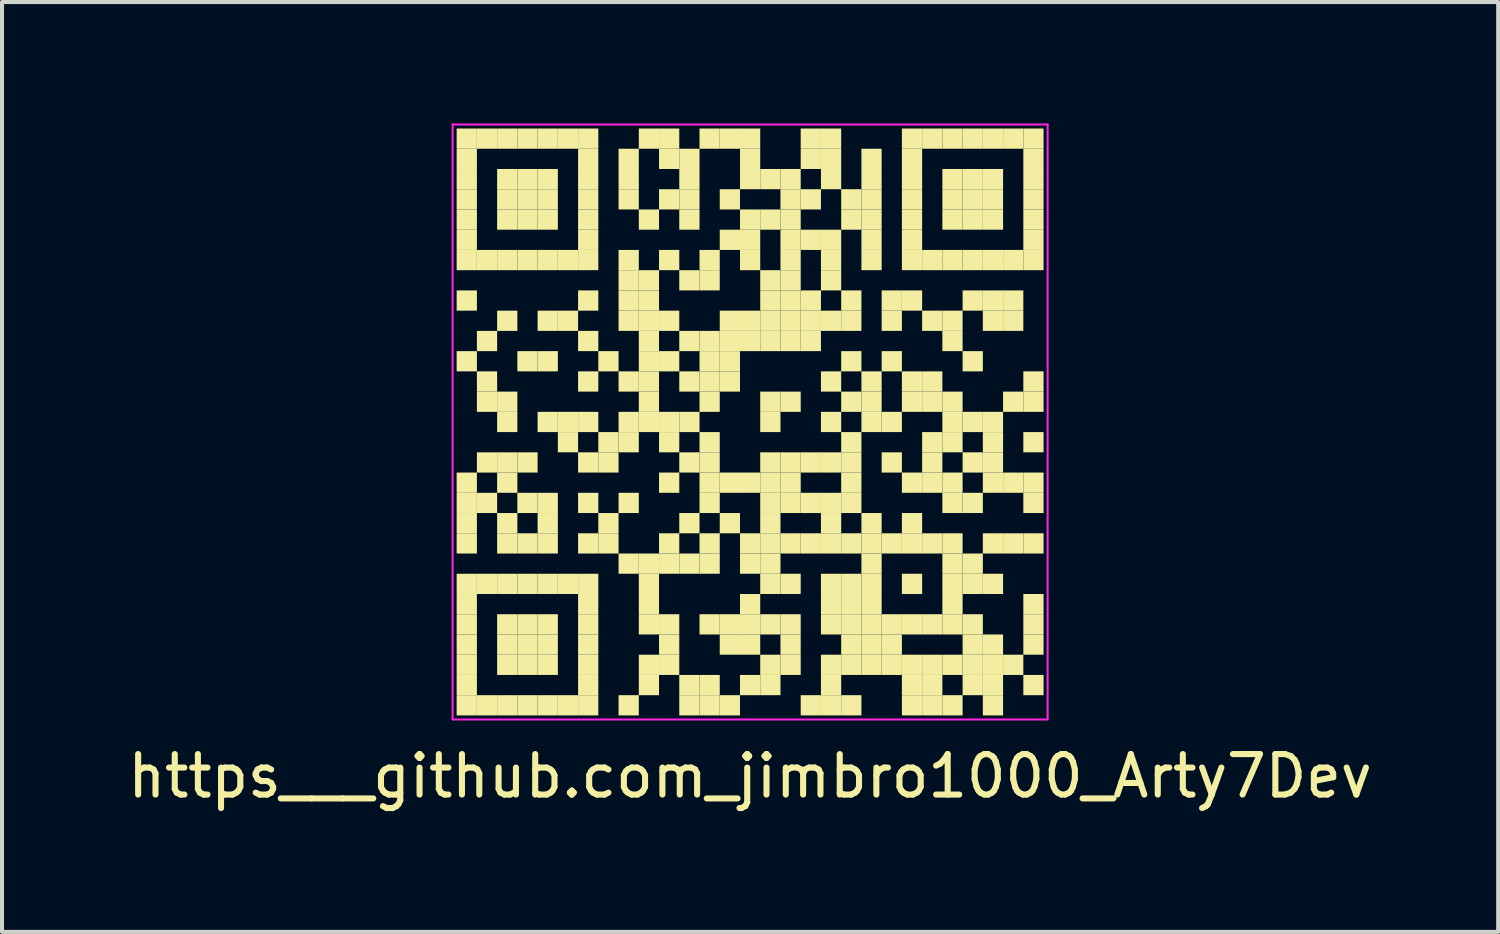
<source format=kicad_pcb>
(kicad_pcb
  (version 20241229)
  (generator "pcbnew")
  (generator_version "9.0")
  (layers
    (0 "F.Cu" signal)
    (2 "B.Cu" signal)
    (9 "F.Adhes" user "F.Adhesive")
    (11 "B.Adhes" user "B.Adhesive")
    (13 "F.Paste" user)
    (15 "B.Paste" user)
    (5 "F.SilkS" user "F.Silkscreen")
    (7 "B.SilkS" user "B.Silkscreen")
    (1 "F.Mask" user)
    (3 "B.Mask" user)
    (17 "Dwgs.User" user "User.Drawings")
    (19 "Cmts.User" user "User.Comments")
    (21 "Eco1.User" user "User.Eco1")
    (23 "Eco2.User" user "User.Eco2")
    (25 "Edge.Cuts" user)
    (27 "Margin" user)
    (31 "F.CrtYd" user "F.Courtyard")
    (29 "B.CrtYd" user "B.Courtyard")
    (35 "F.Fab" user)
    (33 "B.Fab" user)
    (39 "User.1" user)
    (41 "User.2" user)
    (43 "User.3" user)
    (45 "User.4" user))
  (footprint "https___github.com_jimbro1000_Arty7Dev"
    (layer "F.Cu")
    (at 15.482 7.375)
    (property "Reference" "https___github.com_jimbro1000_Arty7Dev" (at 0 8.75 0) (layer "F.SilkS") (effects (font (size 1 1) (thickness 0.15))))
    (fp_rect (start -7.25 -7.25) (end -6.75 -6.75) (stroke (width 0) (type default)) (fill yes) (layer "F.SilkS"))
    (fp_rect (start -7.25 -6.75) (end -6.75 -6.25) (stroke (width 0) (type default)) (fill yes) (layer "F.SilkS"))
    (fp_rect (start -7.25 -6.25) (end -6.75 -5.75) (stroke (width 0) (type default)) (fill yes) (layer "F.SilkS"))
    (fp_rect (start -7.25 -5.75) (end -6.75 -5.25) (stroke (width 0) (type default)) (fill yes) (layer "F.SilkS"))
    (fp_rect (start -7.25 -5.25) (end -6.75 -4.75) (stroke (width 0) (type default)) (fill yes) (layer "F.SilkS"))
    (fp_rect (start -7.25 -4.75) (end -6.75 -4.25) (stroke (width 0) (type default)) (fill yes) (layer "F.SilkS"))
    (fp_rect (start -7.25 -4.25) (end -6.75 -3.75) (stroke (width 0) (type default)) (fill yes) (layer "F.SilkS"))
    (fp_rect (start -7.25 -3.25) (end -6.75 -2.75) (stroke (width 0) (type default)) (fill yes) (layer "F.SilkS"))
    (fp_rect (start -7.25 -1.75) (end -6.75 -1.25) (stroke (width 0) (type default)) (fill yes) (layer "F.SilkS"))
    (fp_rect (start -7.25 1.25) (end -6.75 1.75) (stroke (width 0) (type default)) (fill yes) (layer "F.SilkS"))
    (fp_rect (start -7.25 1.75) (end -6.75 2.25) (stroke (width 0) (type default)) (fill yes) (layer "F.SilkS"))
    (fp_rect (start -7.25 2.25) (end -6.75 2.75) (stroke (width 0) (type default)) (fill yes) (layer "F.SilkS"))
    (fp_rect (start -7.25 2.75) (end -6.75 3.25) (stroke (width 0) (type default)) (fill yes) (layer "F.SilkS"))
    (fp_rect (start -7.25 3.75) (end -6.75 4.25) (stroke (width 0) (type default)) (fill yes) (layer "F.SilkS"))
    (fp_rect (start -7.25 4.25) (end -6.75 4.75) (stroke (width 0) (type default)) (fill yes) (layer "F.SilkS"))
    (fp_rect (start -7.25 4.75) (end -6.75 5.25) (stroke (width 0) (type default)) (fill yes) (layer "F.SilkS"))
    (fp_rect (start -7.25 5.25) (end -6.75 5.75) (stroke (width 0) (type default)) (fill yes) (layer "F.SilkS"))
    (fp_rect (start -7.25 5.75) (end -6.75 6.25) (stroke (width 0) (type default)) (fill yes) (layer "F.SilkS"))
    (fp_rect (start -7.25 6.25) (end -6.75 6.75) (stroke (width 0) (type default)) (fill yes) (layer "F.SilkS"))
    (fp_rect (start -7.25 6.75) (end -6.75 7.25) (stroke (width 0) (type default)) (fill yes) (layer "F.SilkS"))
    (fp_rect (start -6.75 -7.25) (end -6.25 -6.75) (stroke (width 0) (type default)) (fill yes) (layer "F.SilkS"))
    (fp_rect (start -6.75 -4.25) (end -6.25 -3.75) (stroke (width 0) (type default)) (fill yes) (layer "F.SilkS"))
    (fp_rect (start -6.75 -2.25) (end -6.25 -1.75) (stroke (width 0) (type default)) (fill yes) (layer "F.SilkS"))
    (fp_rect (start -6.75 -1.25) (end -6.25 -0.75) (stroke (width 0) (type default)) (fill yes) (layer "F.SilkS"))
    (fp_rect (start -6.75 -0.75) (end -6.25 -0.25) (stroke (width 0) (type default)) (fill yes) (layer "F.SilkS"))
    (fp_rect (start -6.75 0.75) (end -6.25 1.25) (stroke (width 0) (type default)) (fill yes) (layer "F.SilkS"))
    (fp_rect (start -6.75 1.75) (end -6.25 2.25) (stroke (width 0) (type default)) (fill yes) (layer "F.SilkS"))
    (fp_rect (start -6.75 3.75) (end -6.25 4.25) (stroke (width 0) (type default)) (fill yes) (layer "F.SilkS"))
    (fp_rect (start -6.75 6.75) (end -6.25 7.25) (stroke (width 0) (type default)) (fill yes) (layer "F.SilkS"))
    (fp_rect (start -6.25 -7.25) (end -5.75 -6.75) (stroke (width 0) (type default)) (fill yes) (layer "F.SilkS"))
    (fp_rect (start -6.25 -6.25) (end -5.75 -5.75) (stroke (width 0) (type default)) (fill yes) (layer "F.SilkS"))
    (fp_rect (start -6.25 -5.75) (end -5.75 -5.25) (stroke (width 0) (type default)) (fill yes) (layer "F.SilkS"))
    (fp_rect (start -6.25 -5.25) (end -5.75 -4.75) (stroke (width 0) (type default)) (fill yes) (layer "F.SilkS"))
    (fp_rect (start -6.25 -4.25) (end -5.75 -3.75) (stroke (width 0) (type default)) (fill yes) (layer "F.SilkS"))
    (fp_rect (start -6.25 -2.75) (end -5.75 -2.25) (stroke (width 0) (type default)) (fill yes) (layer "F.SilkS"))
    (fp_rect (start -6.25 -0.75) (end -5.75 -0.25) (stroke (width 0) (type default)) (fill yes) (layer "F.SilkS"))
    (fp_rect (start -6.25 -0.25) (end -5.75 0.25) (stroke (width 0) (type default)) (fill yes) (layer "F.SilkS"))
    (fp_rect (start -6.25 0.75) (end -5.75 1.25) (stroke (width 0) (type default)) (fill yes) (layer "F.SilkS"))
    (fp_rect (start -6.25 1.25) (end -5.75 1.75) (stroke (width 0) (type default)) (fill yes) (layer "F.SilkS"))
    (fp_rect (start -6.25 2.25) (end -5.75 2.75) (stroke (width 0) (type default)) (fill yes) (layer "F.SilkS"))
    (fp_rect (start -6.25 2.75) (end -5.75 3.25) (stroke (width 0) (type default)) (fill yes) (layer "F.SilkS"))
    (fp_rect (start -6.25 3.75) (end -5.75 4.25) (stroke (width 0) (type default)) (fill yes) (layer "F.SilkS"))
    (fp_rect (start -6.25 4.75) (end -5.75 5.25) (stroke (width 0) (type default)) (fill yes) (layer "F.SilkS"))
    (fp_rect (start -6.25 5.25) (end -5.75 5.75) (stroke (width 0) (type default)) (fill yes) (layer "F.SilkS"))
    (fp_rect (start -6.25 5.75) (end -5.75 6.25) (stroke (width 0) (type default)) (fill yes) (layer "F.SilkS"))
    (fp_rect (start -6.25 6.75) (end -5.75 7.25) (stroke (width 0) (type default)) (fill yes) (layer "F.SilkS"))
    (fp_rect (start -5.75 -7.25) (end -5.25 -6.75) (stroke (width 0) (type default)) (fill yes) (layer "F.SilkS"))
    (fp_rect (start -5.75 -6.25) (end -5.25 -5.75) (stroke (width 0) (type default)) (fill yes) (layer "F.SilkS"))
    (fp_rect (start -5.75 -5.75) (end -5.25 -5.25) (stroke (width 0) (type default)) (fill yes) (layer "F.SilkS"))
    (fp_rect (start -5.75 -5.25) (end -5.25 -4.75) (stroke (width 0) (type default)) (fill yes) (layer "F.SilkS"))
    (fp_rect (start -5.75 -4.25) (end -5.25 -3.75) (stroke (width 0) (type default)) (fill yes) (layer "F.SilkS"))
    (fp_rect (start -5.75 -1.75) (end -5.25 -1.25) (stroke (width 0) (type default)) (fill yes) (layer "F.SilkS"))
    (fp_rect (start -5.75 0.75) (end -5.25 1.25) (stroke (width 0) (type default)) (fill yes) (layer "F.SilkS"))
    (fp_rect (start -5.75 1.75) (end -5.25 2.25) (stroke (width 0) (type default)) (fill yes) (layer "F.SilkS"))
    (fp_rect (start -5.75 2.75) (end -5.25 3.25) (stroke (width 0) (type default)) (fill yes) (layer "F.SilkS"))
    (fp_rect (start -5.75 3.75) (end -5.25 4.25) (stroke (width 0) (type default)) (fill yes) (layer "F.SilkS"))
    (fp_rect (start -5.75 4.75) (end -5.25 5.25) (stroke (width 0) (type default)) (fill yes) (layer "F.SilkS"))
    (fp_rect (start -5.75 5.25) (end -5.25 5.75) (stroke (width 0) (type default)) (fill yes) (layer "F.SilkS"))
    (fp_rect (start -5.75 5.75) (end -5.25 6.25) (stroke (width 0) (type default)) (fill yes) (layer "F.SilkS"))
    (fp_rect (start -5.75 6.75) (end -5.25 7.25) (stroke (width 0) (type default)) (fill yes) (layer "F.SilkS"))
    (fp_rect (start -5.25 -7.25) (end -4.75 -6.75) (stroke (width 0) (type default)) (fill yes) (layer "F.SilkS"))
    (fp_rect (start -5.25 -6.25) (end -4.75 -5.75) (stroke (width 0) (type default)) (fill yes) (layer "F.SilkS"))
    (fp_rect (start -5.25 -5.75) (end -4.75 -5.25) (stroke (width 0) (type default)) (fill yes) (layer "F.SilkS"))
    (fp_rect (start -5.25 -5.25) (end -4.75 -4.75) (stroke (width 0) (type default)) (fill yes) (layer "F.SilkS"))
    (fp_rect (start -5.25 -4.25) (end -4.75 -3.75) (stroke (width 0) (type default)) (fill yes) (layer "F.SilkS"))
    (fp_rect (start -5.25 -2.75) (end -4.75 -2.25) (stroke (width 0) (type default)) (fill yes) (layer "F.SilkS"))
    (fp_rect (start -5.25 -1.75) (end -4.75 -1.25) (stroke (width 0) (type default)) (fill yes) (layer "F.SilkS"))
    (fp_rect (start -5.25 -0.25) (end -4.75 0.25) (stroke (width 0) (type default)) (fill yes) (layer "F.SilkS"))
    (fp_rect (start -5.25 1.75) (end -4.75 2.25) (stroke (width 0) (type default)) (fill yes) (layer "F.SilkS"))
    (fp_rect (start -5.25 2.25) (end -4.75 2.75) (stroke (width 0) (type default)) (fill yes) (layer "F.SilkS"))
    (fp_rect (start -5.25 2.75) (end -4.75 3.25) (stroke (width 0) (type default)) (fill yes) (layer "F.SilkS"))
    (fp_rect (start -5.25 3.75) (end -4.75 4.25) (stroke (width 0) (type default)) (fill yes) (layer "F.SilkS"))
    (fp_rect (start -5.25 4.75) (end -4.75 5.25) (stroke (width 0) (type default)) (fill yes) (layer "F.SilkS"))
    (fp_rect (start -5.25 5.25) (end -4.75 5.75) (stroke (width 0) (type default)) (fill yes) (layer "F.SilkS"))
    (fp_rect (start -5.25 5.75) (end -4.75 6.25) (stroke (width 0) (type default)) (fill yes) (layer "F.SilkS"))
    (fp_rect (start -5.25 6.75) (end -4.75 7.25) (stroke (width 0) (type default)) (fill yes) (layer "F.SilkS"))
    (fp_rect (start -4.75 -7.25) (end -4.25 -6.75) (stroke (width 0) (type default)) (fill yes) (layer "F.SilkS"))
    (fp_rect (start -4.75 -4.25) (end -4.25 -3.75) (stroke (width 0) (type default)) (fill yes) (layer "F.SilkS"))
    (fp_rect (start -4.75 -2.75) (end -4.25 -2.25) (stroke (width 0) (type default)) (fill yes) (layer "F.SilkS"))
    (fp_rect (start -4.75 -0.25) (end -4.25 0.25) (stroke (width 0) (type default)) (fill yes) (layer "F.SilkS"))
    (fp_rect (start -4.75 0.25) (end -4.25 0.75) (stroke (width 0) (type default)) (fill yes) (layer "F.SilkS"))
    (fp_rect (start -4.75 3.75) (end -4.25 4.25) (stroke (width 0) (type default)) (fill yes) (layer "F.SilkS"))
    (fp_rect (start -4.75 6.75) (end -4.25 7.25) (stroke (width 0) (type default)) (fill yes) (layer "F.SilkS"))
    (fp_rect (start -4.25 -7.25) (end -3.75 -6.75) (stroke (width 0) (type default)) (fill yes) (layer "F.SilkS"))
    (fp_rect (start -4.25 -6.75) (end -3.75 -6.25) (stroke (width 0) (type default)) (fill yes) (layer "F.SilkS"))
    (fp_rect (start -4.25 -6.25) (end -3.75 -5.75) (stroke (width 0) (type default)) (fill yes) (layer "F.SilkS"))
    (fp_rect (start -4.25 -5.75) (end -3.75 -5.25) (stroke (width 0) (type default)) (fill yes) (layer "F.SilkS"))
    (fp_rect (start -4.25 -5.25) (end -3.75 -4.75) (stroke (width 0) (type default)) (fill yes) (layer "F.SilkS"))
    (fp_rect (start -4.25 -4.75) (end -3.75 -4.25) (stroke (width 0) (type default)) (fill yes) (layer "F.SilkS"))
    (fp_rect (start -4.25 -4.25) (end -3.75 -3.75) (stroke (width 0) (type default)) (fill yes) (layer "F.SilkS"))
    (fp_rect (start -4.25 -3.25) (end -3.75 -2.75) (stroke (width 0) (type default)) (fill yes) (layer "F.SilkS"))
    (fp_rect (start -4.25 -2.25) (end -3.75 -1.75) (stroke (width 0) (type default)) (fill yes) (layer "F.SilkS"))
    (fp_rect (start -4.25 -1.25) (end -3.75 -0.75) (stroke (width 0) (type default)) (fill yes) (layer "F.SilkS"))
    (fp_rect (start -4.25 -0.25) (end -3.75 0.25) (stroke (width 0) (type default)) (fill yes) (layer "F.SilkS"))
    (fp_rect (start -4.25 0.75) (end -3.75 1.25) (stroke (width 0) (type default)) (fill yes) (layer "F.SilkS"))
    (fp_rect (start -4.25 1.75) (end -3.75 2.25) (stroke (width 0) (type default)) (fill yes) (layer "F.SilkS"))
    (fp_rect (start -4.25 2.75) (end -3.75 3.25) (stroke (width 0) (type default)) (fill yes) (layer "F.SilkS"))
    (fp_rect (start -4.25 3.75) (end -3.75 4.25) (stroke (width 0) (type default)) (fill yes) (layer "F.SilkS"))
    (fp_rect (start -4.25 4.25) (end -3.75 4.75) (stroke (width 0) (type default)) (fill yes) (layer "F.SilkS"))
    (fp_rect (start -4.25 4.75) (end -3.75 5.25) (stroke (width 0) (type default)) (fill yes) (layer "F.SilkS"))
    (fp_rect (start -4.25 5.25) (end -3.75 5.75) (stroke (width 0) (type default)) (fill yes) (layer "F.SilkS"))
    (fp_rect (start -4.25 5.75) (end -3.75 6.25) (stroke (width 0) (type default)) (fill yes) (layer "F.SilkS"))
    (fp_rect (start -4.25 6.25) (end -3.75 6.75) (stroke (width 0) (type default)) (fill yes) (layer "F.SilkS"))
    (fp_rect (start -4.25 6.75) (end -3.75 7.25) (stroke (width 0) (type default)) (fill yes) (layer "F.SilkS"))
    (fp_rect (start -3.75 -1.75) (end -3.25 -1.25) (stroke (width 0) (type default)) (fill yes) (layer "F.SilkS"))
    (fp_rect (start -3.75 0.25) (end -3.25 0.75) (stroke (width 0) (type default)) (fill yes) (layer "F.SilkS"))
    (fp_rect (start -3.75 0.75) (end -3.25 1.25) (stroke (width 0) (type default)) (fill yes) (layer "F.SilkS"))
    (fp_rect (start -3.75 2.25) (end -3.25 2.75) (stroke (width 0) (type default)) (fill yes) (layer "F.SilkS"))
    (fp_rect (start -3.75 2.75) (end -3.25 3.25) (stroke (width 0) (type default)) (fill yes) (layer "F.SilkS"))
    (fp_rect (start -3.25 -6.75) (end -2.75 -6.25) (stroke (width 0) (type default)) (fill yes) (layer "F.SilkS"))
    (fp_rect (start -3.25 -6.25) (end -2.75 -5.75) (stroke (width 0) (type default)) (fill yes) (layer "F.SilkS"))
    (fp_rect (start -3.25 -5.75) (end -2.75 -5.25) (stroke (width 0) (type default)) (fill yes) (layer "F.SilkS"))
    (fp_rect (start -3.25 -4.25) (end -2.75 -3.75) (stroke (width 0) (type default)) (fill yes) (layer "F.SilkS"))
    (fp_rect (start -3.25 -3.75) (end -2.75 -3.25) (stroke (width 0) (type default)) (fill yes) (layer "F.SilkS"))
    (fp_rect (start -3.25 -3.25) (end -2.75 -2.75) (stroke (width 0) (type default)) (fill yes) (layer "F.SilkS"))
    (fp_rect (start -3.25 -2.75) (end -2.75 -2.25) (stroke (width 0) (type default)) (fill yes) (layer "F.SilkS"))
    (fp_rect (start -3.25 -1.25) (end -2.75 -0.75) (stroke (width 0) (type default)) (fill yes) (layer "F.SilkS"))
    (fp_rect (start -3.25 -0.25) (end -2.75 0.25) (stroke (width 0) (type default)) (fill yes) (layer "F.SilkS"))
    (fp_rect (start -3.25 0.25) (end -2.75 0.75) (stroke (width 0) (type default)) (fill yes) (layer "F.SilkS"))
    (fp_rect (start -3.25 1.75) (end -2.75 2.25) (stroke (width 0) (type default)) (fill yes) (layer "F.SilkS"))
    (fp_rect (start -3.25 3.25) (end -2.75 3.75) (stroke (width 0) (type default)) (fill yes) (layer "F.SilkS"))
    (fp_rect (start -3.25 6.75) (end -2.75 7.25) (stroke (width 0) (type default)) (fill yes) (layer "F.SilkS"))
    (fp_rect (start -2.75 -7.25) (end -2.25 -6.75) (stroke (width 0) (type default)) (fill yes) (layer "F.SilkS"))
    (fp_rect (start -2.75 -5.25) (end -2.25 -4.75) (stroke (width 0) (type default)) (fill yes) (layer "F.SilkS"))
    (fp_rect (start -2.75 -3.75) (end -2.25 -3.25) (stroke (width 0) (type default)) (fill yes) (layer "F.SilkS"))
    (fp_rect (start -2.75 -3.25) (end -2.25 -2.75) (stroke (width 0) (type default)) (fill yes) (layer "F.SilkS"))
    (fp_rect (start -2.75 -2.75) (end -2.25 -2.25) (stroke (width 0) (type default)) (fill yes) (layer "F.SilkS"))
    (fp_rect (start -2.75 -2.25) (end -2.25 -1.75) (stroke (width 0) (type default)) (fill yes) (layer "F.SilkS"))
    (fp_rect (start -2.75 -1.75) (end -2.25 -1.25) (stroke (width 0) (type default)) (fill yes) (layer "F.SilkS"))
    (fp_rect (start -2.75 -1.25) (end -2.25 -0.75) (stroke (width 0) (type default)) (fill yes) (layer "F.SilkS"))
    (fp_rect (start -2.75 -0.75) (end -2.25 -0.25) (stroke (width 0) (type default)) (fill yes) (layer "F.SilkS"))
    (fp_rect (start -2.75 -0.25) (end -2.25 0.25) (stroke (width 0) (type default)) (fill yes) (layer "F.SilkS"))
    (fp_rect (start -2.75 3.25) (end -2.25 3.75) (stroke (width 0) (type default)) (fill yes) (layer "F.SilkS"))
    (fp_rect (start -2.75 3.75) (end -2.25 4.25) (stroke (width 0) (type default)) (fill yes) (layer "F.SilkS"))
    (fp_rect (start -2.75 4.25) (end -2.25 4.75) (stroke (width 0) (type default)) (fill yes) (layer "F.SilkS"))
    (fp_rect (start -2.75 4.75) (end -2.25 5.25) (stroke (width 0) (type default)) (fill yes) (layer "F.SilkS"))
    (fp_rect (start -2.75 5.75) (end -2.25 6.25) (stroke (width 0) (type default)) (fill yes) (layer "F.SilkS"))
    (fp_rect (start -2.75 6.25) (end -2.25 6.75) (stroke (width 0) (type default)) (fill yes) (layer "F.SilkS"))
    (fp_rect (start -2.25 -7.25) (end -1.75 -6.75) (stroke (width 0) (type default)) (fill yes) (layer "F.SilkS"))
    (fp_rect (start -2.25 -6.75) (end -1.75 -6.25) (stroke (width 0) (type default)) (fill yes) (layer "F.SilkS"))
    (fp_rect (start -2.25 -5.75) (end -1.75 -5.25) (stroke (width 0) (type default)) (fill yes) (layer "F.SilkS"))
    (fp_rect (start -2.25 -4.25) (end -1.75 -3.75) (stroke (width 0) (type default)) (fill yes) (layer "F.SilkS"))
    (fp_rect (start -2.25 -2.75) (end -1.75 -2.25) (stroke (width 0) (type default)) (fill yes) (layer "F.SilkS"))
    (fp_rect (start -2.25 -1.75) (end -1.75 -1.25) (stroke (width 0) (type default)) (fill yes) (layer "F.SilkS"))
    (fp_rect (start -2.25 -0.25) (end -1.75 0.25) (stroke (width 0) (type default)) (fill yes) (layer "F.SilkS"))
    (fp_rect (start -2.25 0.25) (end -1.75 0.75) (stroke (width 0) (type default)) (fill yes) (layer "F.SilkS"))
    (fp_rect (start -2.25 1.25) (end -1.75 1.75) (stroke (width 0) (type default)) (fill yes) (layer "F.SilkS"))
    (fp_rect (start -2.25 2.75) (end -1.75 3.25) (stroke (width 0) (type default)) (fill yes) (layer "F.SilkS"))
    (fp_rect (start -2.25 3.25) (end -1.75 3.75) (stroke (width 0) (type default)) (fill yes) (layer "F.SilkS"))
    (fp_rect (start -2.25 4.75) (end -1.75 5.25) (stroke (width 0) (type default)) (fill yes) (layer "F.SilkS"))
    (fp_rect (start -2.25 5.25) (end -1.75 5.75) (stroke (width 0) (type default)) (fill yes) (layer "F.SilkS"))
    (fp_rect (start -2.25 5.75) (end -1.75 6.25) (stroke (width 0) (type default)) (fill yes) (layer "F.SilkS"))
    (fp_rect (start -1.75 -6.75) (end -1.25 -6.25) (stroke (width 0) (type default)) (fill yes) (layer "F.SilkS"))
    (fp_rect (start -1.75 -6.25) (end -1.25 -5.75) (stroke (width 0) (type default)) (fill yes) (layer "F.SilkS"))
    (fp_rect (start -1.75 -5.75) (end -1.25 -5.25) (stroke (width 0) (type default)) (fill yes) (layer "F.SilkS"))
    (fp_rect (start -1.75 -5.25) (end -1.25 -4.75) (stroke (width 0) (type default)) (fill yes) (layer "F.SilkS"))
    (fp_rect (start -1.75 -3.75) (end -1.25 -3.25) (stroke (width 0) (type default)) (fill yes) (layer "F.SilkS"))
    (fp_rect (start -1.75 -2.25) (end -1.25 -1.75) (stroke (width 0) (type default)) (fill yes) (layer "F.SilkS"))
    (fp_rect (start -1.75 -1.25) (end -1.25 -0.75) (stroke (width 0) (type default)) (fill yes) (layer "F.SilkS"))
    (fp_rect (start -1.75 -0.25) (end -1.25 0.25) (stroke (width 0) (type default)) (fill yes) (layer "F.SilkS"))
    (fp_rect (start -1.75 0.75) (end -1.25 1.25) (stroke (width 0) (type default)) (fill yes) (layer "F.SilkS"))
    (fp_rect (start -1.75 2.25) (end -1.25 2.75) (stroke (width 0) (type default)) (fill yes) (layer "F.SilkS"))
    (fp_rect (start -1.75 3.25) (end -1.25 3.75) (stroke (width 0) (type default)) (fill yes) (layer "F.SilkS"))
    (fp_rect (start -1.75 6.25) (end -1.25 6.75) (stroke (width 0) (type default)) (fill yes) (layer "F.SilkS"))
    (fp_rect (start -1.75 6.75) (end -1.25 7.25) (stroke (width 0) (type default)) (fill yes) (layer "F.SilkS"))
    (fp_rect (start -1.25 -7.25) (end -0.75 -6.75) (stroke (width 0) (type default)) (fill yes) (layer "F.SilkS"))
    (fp_rect (start -1.25 -4.25) (end -0.75 -3.75) (stroke (width 0) (type default)) (fill yes) (layer "F.SilkS"))
    (fp_rect (start -1.25 -3.75) (end -0.75 -3.25) (stroke (width 0) (type default)) (fill yes) (layer "F.SilkS"))
    (fp_rect (start -1.25 -2.25) (end -0.75 -1.75) (stroke (width 0) (type default)) (fill yes) (layer "F.SilkS"))
    (fp_rect (start -1.25 -1.75) (end -0.75 -1.25) (stroke (width 0) (type default)) (fill yes) (layer "F.SilkS"))
    (fp_rect (start -1.25 -1.25) (end -0.75 -0.75) (stroke (width 0) (type default)) (fill yes) (layer "F.SilkS"))
    (fp_rect (start -1.25 -0.75) (end -0.75 -0.25) (stroke (width 0) (type default)) (fill yes) (layer "F.SilkS"))
    (fp_rect (start -1.25 0.25) (end -0.75 0.75) (stroke (width 0) (type default)) (fill yes) (layer "F.SilkS"))
    (fp_rect (start -1.25 0.75) (end -0.75 1.25) (stroke (width 0) (type default)) (fill yes) (layer "F.SilkS"))
    (fp_rect (start -1.25 1.25) (end -0.75 1.75) (stroke (width 0) (type default)) (fill yes) (layer "F.SilkS"))
    (fp_rect (start -1.25 1.75) (end -0.75 2.25) (stroke (width 0) (type default)) (fill yes) (layer "F.SilkS"))
    (fp_rect (start -1.25 2.75) (end -0.75 3.25) (stroke (width 0) (type default)) (fill yes) (layer "F.SilkS"))
    (fp_rect (start -1.25 3.25) (end -0.75 3.75) (stroke (width 0) (type default)) (fill yes) (layer "F.SilkS"))
    (fp_rect (start -1.25 4.75) (end -0.75 5.25) (stroke (width 0) (type default)) (fill yes) (layer "F.SilkS"))
    (fp_rect (start -1.25 6.25) (end -0.75 6.75) (stroke (width 0) (type default)) (fill yes) (layer "F.SilkS"))
    (fp_rect (start -1.25 6.75) (end -0.75 7.25) (stroke (width 0) (type default)) (fill yes) (layer "F.SilkS"))
    (fp_rect (start -0.75 -7.25) (end -0.25 -6.75) (stroke (width 0) (type default)) (fill yes) (layer "F.SilkS"))
    (fp_rect (start -0.75 -5.75) (end -0.25 -5.25) (stroke (width 0) (type default)) (fill yes) (layer "F.SilkS"))
    (fp_rect (start -0.75 -4.75) (end -0.25 -4.25) (stroke (width 0) (type default)) (fill yes) (layer "F.SilkS"))
    (fp_rect (start -0.75 -2.75) (end -0.25 -2.25) (stroke (width 0) (type default)) (fill yes) (layer "F.SilkS"))
    (fp_rect (start -0.75 -2.25) (end -0.25 -1.75) (stroke (width 0) (type default)) (fill yes) (layer "F.SilkS"))
    (fp_rect (start -0.75 -1.75) (end -0.25 -1.25) (stroke (width 0) (type default)) (fill yes) (layer "F.SilkS"))
    (fp_rect (start -0.75 -1.25) (end -0.25 -0.75) (stroke (width 0) (type default)) (fill yes) (layer "F.SilkS"))
    (fp_rect (start -0.75 1.25) (end -0.25 1.75) (stroke (width 0) (type default)) (fill yes) (layer "F.SilkS"))
    (fp_rect (start -0.75 2.25) (end -0.25 2.75) (stroke (width 0) (type default)) (fill yes) (layer "F.SilkS"))
    (fp_rect (start -0.75 4.75) (end -0.25 5.25) (stroke (width 0) (type default)) (fill yes) (layer "F.SilkS"))
    (fp_rect (start -0.75 5.25) (end -0.25 5.75) (stroke (width 0) (type default)) (fill yes) (layer "F.SilkS"))
    (fp_rect (start -0.75 6.75) (end -0.25 7.25) (stroke (width 0) (type default)) (fill yes) (layer "F.SilkS"))
    (fp_rect (start -0.25 -7.25) (end 0.25 -6.75) (stroke (width 0) (type default)) (fill yes) (layer "F.SilkS"))
    (fp_rect (start -0.25 -6.75) (end 0.25 -6.25) (stroke (width 0) (type default)) (fill yes) (layer "F.SilkS"))
    (fp_rect (start -0.25 -6.25) (end 0.25 -5.75) (stroke (width 0) (type default)) (fill yes) (layer "F.SilkS"))
    (fp_rect (start -0.25 -5.25) (end 0.25 -4.75) (stroke (width 0) (type default)) (fill yes) (layer "F.SilkS"))
    (fp_rect (start -0.25 -4.75) (end 0.25 -4.25) (stroke (width 0) (type default)) (fill yes) (layer "F.SilkS"))
    (fp_rect (start -0.25 -4.25) (end 0.25 -3.75) (stroke (width 0) (type default)) (fill yes) (layer "F.SilkS"))
    (fp_rect (start -0.25 -2.75) (end 0.25 -2.25) (stroke (width 0) (type default)) (fill yes) (layer "F.SilkS"))
    (fp_rect (start -0.25 -2.25) (end 0.25 -1.75) (stroke (width 0) (type default)) (fill yes) (layer "F.SilkS"))
    (fp_rect (start -0.25 1.25) (end 0.25 1.75) (stroke (width 0) (type default)) (fill yes) (layer "F.SilkS"))
    (fp_rect (start -0.25 2.75) (end 0.25 3.25) (stroke (width 0) (type default)) (fill yes) (layer "F.SilkS"))
    (fp_rect (start -0.25 3.25) (end 0.25 3.75) (stroke (width 0) (type default)) (fill yes) (layer "F.SilkS"))
    (fp_rect (start -0.25 4.25) (end 0.25 4.75) (stroke (width 0) (type default)) (fill yes) (layer "F.SilkS"))
    (fp_rect (start -0.25 4.75) (end 0.25 5.25) (stroke (width 0) (type default)) (fill yes) (layer "F.SilkS"))
    (fp_rect (start -0.25 5.25) (end 0.25 5.75) (stroke (width 0) (type default)) (fill yes) (layer "F.SilkS"))
    (fp_rect (start -0.25 6.25) (end 0.25 6.75) (stroke (width 0) (type default)) (fill yes) (layer "F.SilkS"))
    (fp_rect (start 0.25 -6.25) (end 0.75 -5.75) (stroke (width 0) (type default)) (fill yes) (layer "F.SilkS"))
    (fp_rect (start 0.25 -5.25) (end 0.75 -4.75) (stroke (width 0) (type default)) (fill yes) (layer "F.SilkS"))
    (fp_rect (start 0.25 -3.75) (end 0.75 -3.25) (stroke (width 0) (type default)) (fill yes) (layer "F.SilkS"))
    (fp_rect (start 0.25 -3.25) (end 0.75 -2.75) (stroke (width 0) (type default)) (fill yes) (layer "F.SilkS"))
    (fp_rect (start 0.25 -2.75) (end 0.75 -2.25) (stroke (width 0) (type default)) (fill yes) (layer "F.SilkS"))
    (fp_rect (start 0.25 -2.25) (end 0.75 -1.75) (stroke (width 0) (type default)) (fill yes) (layer "F.SilkS"))
    (fp_rect (start 0.25 -0.75) (end 0.75 -0.25) (stroke (width 0) (type default)) (fill yes) (layer "F.SilkS"))
    (fp_rect (start 0.25 -0.25) (end 0.75 0.25) (stroke (width 0) (type default)) (fill yes) (layer "F.SilkS"))
    (fp_rect (start 0.25 0.75) (end 0.75 1.25) (stroke (width 0) (type default)) (fill yes) (layer "F.SilkS"))
    (fp_rect (start 0.25 1.25) (end 0.75 1.75) (stroke (width 0) (type default)) (fill yes) (layer "F.SilkS"))
    (fp_rect (start 0.25 1.75) (end 0.75 2.25) (stroke (width 0) (type default)) (fill yes) (layer "F.SilkS"))
    (fp_rect (start 0.25 2.25) (end 0.75 2.75) (stroke (width 0) (type default)) (fill yes) (layer "F.SilkS"))
    (fp_rect (start 0.25 2.75) (end 0.75 3.25) (stroke (width 0) (type default)) (fill yes) (layer "F.SilkS"))
    (fp_rect (start 0.25 3.25) (end 0.75 3.75) (stroke (width 0) (type default)) (fill yes) (layer "F.SilkS"))
    (fp_rect (start 0.25 3.75) (end 0.75 4.25) (stroke (width 0) (type default)) (fill yes) (layer "F.SilkS"))
    (fp_rect (start 0.25 4.75) (end 0.75 5.25) (stroke (width 0) (type default)) (fill yes) (layer "F.SilkS"))
    (fp_rect (start 0.25 5.75) (end 0.75 6.25) (stroke (width 0) (type default)) (fill yes) (layer "F.SilkS"))
    (fp_rect (start 0.25 6.25) (end 0.75 6.75) (stroke (width 0) (type default)) (fill yes) (layer "F.SilkS"))
    (fp_rect (start 0.75 -6.25) (end 1.25 -5.75) (stroke (width 0) (type default)) (fill yes) (layer "F.SilkS"))
    (fp_rect (start 0.75 -5.75) (end 1.25 -5.25) (stroke (width 0) (type default)) (fill yes) (layer "F.SilkS"))
    (fp_rect (start 0.75 -5.25) (end 1.25 -4.75) (stroke (width 0) (type default)) (fill yes) (layer "F.SilkS"))
    (fp_rect (start 0.75 -4.75) (end 1.25 -4.25) (stroke (width 0) (type default)) (fill yes) (layer "F.SilkS"))
    (fp_rect (start 0.75 -4.25) (end 1.25 -3.75) (stroke (width 0) (type default)) (fill yes) (layer "F.SilkS"))
    (fp_rect (start 0.75 -3.75) (end 1.25 -3.25) (stroke (width 0) (type default)) (fill yes) (layer "F.SilkS"))
    (fp_rect (start 0.75 -3.25) (end 1.25 -2.75) (stroke (width 0) (type default)) (fill yes) (layer "F.SilkS"))
    (fp_rect (start 0.75 -2.75) (end 1.25 -2.25) (stroke (width 0) (type default)) (fill yes) (layer "F.SilkS"))
    (fp_rect (start 0.75 -2.25) (end 1.25 -1.75) (stroke (width 0) (type default)) (fill yes) (layer "F.SilkS"))
    (fp_rect (start 0.75 -0.75) (end 1.25 -0.25) (stroke (width 0) (type default)) (fill yes) (layer "F.SilkS"))
    (fp_rect (start 0.75 0.75) (end 1.25 1.25) (stroke (width 0) (type default)) (fill yes) (layer "F.SilkS"))
    (fp_rect (start 0.75 1.25) (end 1.25 1.75) (stroke (width 0) (type default)) (fill yes) (layer "F.SilkS"))
    (fp_rect (start 0.75 1.75) (end 1.25 2.25) (stroke (width 0) (type default)) (fill yes) (layer "F.SilkS"))
    (fp_rect (start 0.75 2.75) (end 1.25 3.25) (stroke (width 0) (type default)) (fill yes) (layer "F.SilkS"))
    (fp_rect (start 0.75 3.75) (end 1.25 4.25) (stroke (width 0) (type default)) (fill yes) (layer "F.SilkS"))
    (fp_rect (start 0.75 4.75) (end 1.25 5.25) (stroke (width 0) (type default)) (fill yes) (layer "F.SilkS"))
    (fp_rect (start 0.75 5.25) (end 1.25 5.75) (stroke (width 0) (type default)) (fill yes) (layer "F.SilkS"))
    (fp_rect (start 0.75 5.75) (end 1.25 6.25) (stroke (width 0) (type default)) (fill yes) (layer "F.SilkS"))
    (fp_rect (start 1.25 -7.25) (end 1.75 -6.75) (stroke (width 0) (type default)) (fill yes) (layer "F.SilkS"))
    (fp_rect (start 1.25 -6.75) (end 1.75 -6.25) (stroke (width 0) (type default)) (fill yes) (layer "F.SilkS"))
    (fp_rect (start 1.25 -5.75) (end 1.75 -5.25) (stroke (width 0) (type default)) (fill yes) (layer "F.SilkS"))
    (fp_rect (start 1.25 -4.75) (end 1.75 -4.25) (stroke (width 0) (type default)) (fill yes) (layer "F.SilkS"))
    (fp_rect (start 1.25 -3.25) (end 1.75 -2.75) (stroke (width 0) (type default)) (fill yes) (layer "F.SilkS"))
    (fp_rect (start 1.25 -2.75) (end 1.75 -2.25) (stroke (width 0) (type default)) (fill yes) (layer "F.SilkS"))
    (fp_rect (start 1.25 -2.25) (end 1.75 -1.75) (stroke (width 0) (type default)) (fill yes) (layer "F.SilkS"))
    (fp_rect (start 1.25 0.75) (end 1.75 1.25) (stroke (width 0) (type default)) (fill yes) (layer "F.SilkS"))
    (fp_rect (start 1.25 1.75) (end 1.75 2.25) (stroke (width 0) (type default)) (fill yes) (layer "F.SilkS"))
    (fp_rect (start 1.25 2.75) (end 1.75 3.25) (stroke (width 0) (type default)) (fill yes) (layer "F.SilkS"))
    (fp_rect (start 1.25 6.75) (end 1.75 7.25) (stroke (width 0) (type default)) (fill yes) (layer "F.SilkS"))
    (fp_rect (start 1.75 -7.25) (end 2.25 -6.75) (stroke (width 0) (type default)) (fill yes) (layer "F.SilkS"))
    (fp_rect (start 1.75 -6.75) (end 2.25 -6.25) (stroke (width 0) (type default)) (fill yes) (layer "F.SilkS"))
    (fp_rect (start 1.75 -6.25) (end 2.25 -5.75) (stroke (width 0) (type default)) (fill yes) (layer "F.SilkS"))
    (fp_rect (start 1.75 -4.75) (end 2.25 -4.25) (stroke (width 0) (type default)) (fill yes) (layer "F.SilkS"))
    (fp_rect (start 1.75 -4.25) (end 2.25 -3.75) (stroke (width 0) (type default)) (fill yes) (layer "F.SilkS"))
    (fp_rect (start 1.75 -3.75) (end 2.25 -3.25) (stroke (width 0) (type default)) (fill yes) (layer "F.SilkS"))
    (fp_rect (start 1.75 -2.75) (end 2.25 -2.25) (stroke (width 0) (type default)) (fill yes) (layer "F.SilkS"))
    (fp_rect (start 1.75 -1.25) (end 2.25 -0.75) (stroke (width 0) (type default)) (fill yes) (layer "F.SilkS"))
    (fp_rect (start 1.75 -0.25) (end 2.25 0.25) (stroke (width 0) (type default)) (fill yes) (layer "F.SilkS"))
    (fp_rect (start 1.75 0.75) (end 2.25 1.25) (stroke (width 0) (type default)) (fill yes) (layer "F.SilkS"))
    (fp_rect (start 1.75 1.75) (end 2.25 2.25) (stroke (width 0) (type default)) (fill yes) (layer "F.SilkS"))
    (fp_rect (start 1.75 2.25) (end 2.25 2.75) (stroke (width 0) (type default)) (fill yes) (layer "F.SilkS"))
    (fp_rect (start 1.75 2.75) (end 2.25 3.25) (stroke (width 0) (type default)) (fill yes) (layer "F.SilkS"))
    (fp_rect (start 1.75 3.75) (end 2.25 4.25) (stroke (width 0) (type default)) (fill yes) (layer "F.SilkS"))
    (fp_rect (start 1.75 4.25) (end 2.25 4.75) (stroke (width 0) (type default)) (fill yes) (layer "F.SilkS"))
    (fp_rect (start 1.75 4.75) (end 2.25 5.25) (stroke (width 0) (type default)) (fill yes) (layer "F.SilkS"))
    (fp_rect (start 1.75 5.75) (end 2.25 6.25) (stroke (width 0) (type default)) (fill yes) (layer "F.SilkS"))
    (fp_rect (start 1.75 6.25) (end 2.25 6.75) (stroke (width 0) (type default)) (fill yes) (layer "F.SilkS"))
    (fp_rect (start 1.75 6.75) (end 2.25 7.25) (stroke (width 0) (type default)) (fill yes) (layer "F.SilkS"))
    (fp_rect (start 2.25 -5.75) (end 2.75 -5.25) (stroke (width 0) (type default)) (fill yes) (layer "F.SilkS"))
    (fp_rect (start 2.25 -5.25) (end 2.75 -4.75) (stroke (width 0) (type default)) (fill yes) (layer "F.SilkS"))
    (fp_rect (start 2.25 -3.25) (end 2.75 -2.75) (stroke (width 0) (type default)) (fill yes) (layer "F.SilkS"))
    (fp_rect (start 2.25 -2.75) (end 2.75 -2.25) (stroke (width 0) (type default)) (fill yes) (layer "F.SilkS"))
    (fp_rect (start 2.25 -1.75) (end 2.75 -1.25) (stroke (width 0) (type default)) (fill yes) (layer "F.SilkS"))
    (fp_rect (start 2.25 -0.75) (end 2.75 -0.25) (stroke (width 0) (type default)) (fill yes) (layer "F.SilkS"))
    (fp_rect (start 2.25 0.25) (end 2.75 0.75) (stroke (width 0) (type default)) (fill yes) (layer "F.SilkS"))
    (fp_rect (start 2.25 0.75) (end 2.75 1.25) (stroke (width 0) (type default)) (fill yes) (layer "F.SilkS"))
    (fp_rect (start 2.25 1.25) (end 2.75 1.75) (stroke (width 0) (type default)) (fill yes) (layer "F.SilkS"))
    (fp_rect (start 2.25 1.75) (end 2.75 2.25) (stroke (width 0) (type default)) (fill yes) (layer "F.SilkS"))
    (fp_rect (start 2.25 2.75) (end 2.75 3.25) (stroke (width 0) (type default)) (fill yes) (layer "F.SilkS"))
    (fp_rect (start 2.25 3.75) (end 2.75 4.25) (stroke (width 0) (type default)) (fill yes) (layer "F.SilkS"))
    (fp_rect (start 2.25 4.25) (end 2.75 4.75) (stroke (width 0) (type default)) (fill yes) (layer "F.SilkS"))
    (fp_rect (start 2.25 4.75) (end 2.75 5.25) (stroke (width 0) (type default)) (fill yes) (layer "F.SilkS"))
    (fp_rect (start 2.25 5.25) (end 2.75 5.75) (stroke (width 0) (type default)) (fill yes) (layer "F.SilkS"))
    (fp_rect (start 2.25 5.75) (end 2.75 6.25) (stroke (width 0) (type default)) (fill yes) (layer "F.SilkS"))
    (fp_rect (start 2.25 6.75) (end 2.75 7.25) (stroke (width 0) (type default)) (fill yes) (layer "F.SilkS"))
    (fp_rect (start 2.75 -6.75) (end 3.25 -6.25) (stroke (width 0) (type default)) (fill yes) (layer "F.SilkS"))
    (fp_rect (start 2.75 -6.25) (end 3.25 -5.75) (stroke (width 0) (type default)) (fill yes) (layer "F.SilkS"))
    (fp_rect (start 2.75 -5.75) (end 3.25 -5.25) (stroke (width 0) (type default)) (fill yes) (layer "F.SilkS"))
    (fp_rect (start 2.75 -5.25) (end 3.25 -4.75) (stroke (width 0) (type default)) (fill yes) (layer "F.SilkS"))
    (fp_rect (start 2.75 -4.75) (end 3.25 -4.25) (stroke (width 0) (type default)) (fill yes) (layer "F.SilkS"))
    (fp_rect (start 2.75 -4.25) (end 3.25 -3.75) (stroke (width 0) (type default)) (fill yes) (layer "F.SilkS"))
    (fp_rect (start 2.75 -1.25) (end 3.25 -0.75) (stroke (width 0) (type default)) (fill yes) (layer "F.SilkS"))
    (fp_rect (start 2.75 -0.75) (end 3.25 -0.25) (stroke (width 0) (type default)) (fill yes) (layer "F.SilkS"))
    (fp_rect (start 2.75 -0.25) (end 3.25 0.25) (stroke (width 0) (type default)) (fill yes) (layer "F.SilkS"))
    (fp_rect (start 2.75 2.25) (end 3.25 2.75) (stroke (width 0) (type default)) (fill yes) (layer "F.SilkS"))
    (fp_rect (start 2.75 2.75) (end 3.25 3.25) (stroke (width 0) (type default)) (fill yes) (layer "F.SilkS"))
    (fp_rect (start 2.75 3.25) (end 3.25 3.75) (stroke (width 0) (type default)) (fill yes) (layer "F.SilkS"))
    (fp_rect (start 2.75 3.75) (end 3.25 4.25) (stroke (width 0) (type default)) (fill yes) (layer "F.SilkS"))
    (fp_rect (start 2.75 4.25) (end 3.25 4.75) (stroke (width 0) (type default)) (fill yes) (layer "F.SilkS"))
    (fp_rect (start 2.75 4.75) (end 3.25 5.25) (stroke (width 0) (type default)) (fill yes) (layer "F.SilkS"))
    (fp_rect (start 2.75 5.25) (end 3.25 5.75) (stroke (width 0) (type default)) (fill yes) (layer "F.SilkS"))
    (fp_rect (start 2.75 5.75) (end 3.25 6.25) (stroke (width 0) (type default)) (fill yes) (layer "F.SilkS"))
    (fp_rect (start 3.25 -3.25) (end 3.75 -2.75) (stroke (width 0) (type default)) (fill yes) (layer "F.SilkS"))
    (fp_rect (start 3.25 -2.75) (end 3.75 -2.25) (stroke (width 0) (type default)) (fill yes) (layer "F.SilkS"))
    (fp_rect (start 3.25 -1.75) (end 3.75 -1.25) (stroke (width 0) (type default)) (fill yes) (layer "F.SilkS"))
    (fp_rect (start 3.25 -0.25) (end 3.75 0.25) (stroke (width 0) (type default)) (fill yes) (layer "F.SilkS"))
    (fp_rect (start 3.25 0.75) (end 3.75 1.25) (stroke (width 0) (type default)) (fill yes) (layer "F.SilkS"))
    (fp_rect (start 3.25 2.75) (end 3.75 3.25) (stroke (width 0) (type default)) (fill yes) (layer "F.SilkS"))
    (fp_rect (start 3.25 4.75) (end 3.75 5.25) (stroke (width 0) (type default)) (fill yes) (layer "F.SilkS"))
    (fp_rect (start 3.25 5.25) (end 3.75 5.75) (stroke (width 0) (type default)) (fill yes) (layer "F.SilkS"))
    (fp_rect (start 3.25 5.75) (end 3.75 6.25) (stroke (width 0) (type default)) (fill yes) (layer "F.SilkS"))
    (fp_rect (start 3.75 -7.25) (end 4.25 -6.75) (stroke (width 0) (type default)) (fill yes) (layer "F.SilkS"))
    (fp_rect (start 3.75 -6.75) (end 4.25 -6.25) (stroke (width 0) (type default)) (fill yes) (layer "F.SilkS"))
    (fp_rect (start 3.75 -6.25) (end 4.25 -5.75) (stroke (width 0) (type default)) (fill yes) (layer "F.SilkS"))
    (fp_rect (start 3.75 -5.75) (end 4.25 -5.25) (stroke (width 0) (type default)) (fill yes) (layer "F.SilkS"))
    (fp_rect (start 3.75 -5.25) (end 4.25 -4.75) (stroke (width 0) (type default)) (fill yes) (layer "F.SilkS"))
    (fp_rect (start 3.75 -4.75) (end 4.25 -4.25) (stroke (width 0) (type default)) (fill yes) (layer "F.SilkS"))
    (fp_rect (start 3.75 -4.25) (end 4.25 -3.75) (stroke (width 0) (type default)) (fill yes) (layer "F.SilkS"))
    (fp_rect (start 3.75 -3.25) (end 4.25 -2.75) (stroke (width 0) (type default)) (fill yes) (layer "F.SilkS"))
    (fp_rect (start 3.75 -1.25) (end 4.25 -0.75) (stroke (width 0) (type default)) (fill yes) (layer "F.SilkS"))
    (fp_rect (start 3.75 -0.75) (end 4.25 -0.25) (stroke (width 0) (type default)) (fill yes) (layer "F.SilkS"))
    (fp_rect (start 3.75 1.25) (end 4.25 1.75) (stroke (width 0) (type default)) (fill yes) (layer "F.SilkS"))
    (fp_rect (start 3.75 2.25) (end 4.25 2.75) (stroke (width 0) (type default)) (fill yes) (layer "F.SilkS"))
    (fp_rect (start 3.75 2.75) (end 4.25 3.25) (stroke (width 0) (type default)) (fill yes) (layer "F.SilkS"))
    (fp_rect (start 3.75 3.75) (end 4.25 4.25) (stroke (width 0) (type default)) (fill yes) (layer "F.SilkS"))
    (fp_rect (start 3.75 4.75) (end 4.25 5.25) (stroke (width 0) (type default)) (fill yes) (layer "F.SilkS"))
    (fp_rect (start 3.75 5.75) (end 4.25 6.25) (stroke (width 0) (type default)) (fill yes) (layer "F.SilkS"))
    (fp_rect (start 3.75 6.25) (end 4.25 6.75) (stroke (width 0) (type default)) (fill yes) (layer "F.SilkS"))
    (fp_rect (start 3.75 6.75) (end 4.25 7.25) (stroke (width 0) (type default)) (fill yes) (layer "F.SilkS"))
    (fp_rect (start 4.25 -7.25) (end 4.75 -6.75) (stroke (width 0) (type default)) (fill yes) (layer "F.SilkS"))
    (fp_rect (start 4.25 -4.25) (end 4.75 -3.75) (stroke (width 0) (type default)) (fill yes) (layer "F.SilkS"))
    (fp_rect (start 4.25 -2.75) (end 4.75 -2.25) (stroke (width 0) (type default)) (fill yes) (layer "F.SilkS"))
    (fp_rect (start 4.25 -1.25) (end 4.75 -0.75) (stroke (width 0) (type default)) (fill yes) (layer "F.SilkS"))
    (fp_rect (start 4.25 -0.75) (end 4.75 -0.25) (stroke (width 0) (type default)) (fill yes) (layer "F.SilkS"))
    (fp_rect (start 4.25 0.25) (end 4.75 0.75) (stroke (width 0) (type default)) (fill yes) (layer "F.SilkS"))
    (fp_rect (start 4.25 0.75) (end 4.75 1.25) (stroke (width 0) (type default)) (fill yes) (layer "F.SilkS"))
    (fp_rect (start 4.25 1.25) (end 4.75 1.75) (stroke (width 0) (type default)) (fill yes) (layer "F.SilkS"))
    (fp_rect (start 4.25 2.75) (end 4.75 3.25) (stroke (width 0) (type default)) (fill yes) (layer "F.SilkS"))
    (fp_rect (start 4.25 4.75) (end 4.75 5.25) (stroke (width 0) (type default)) (fill yes) (layer "F.SilkS"))
    (fp_rect (start 4.25 5.75) (end 4.75 6.25) (stroke (width 0) (type default)) (fill yes) (layer "F.SilkS"))
    (fp_rect (start 4.25 6.25) (end 4.75 6.75) (stroke (width 0) (type default)) (fill yes) (layer "F.SilkS"))
    (fp_rect (start 4.25 6.75) (end 4.75 7.25) (stroke (width 0) (type default)) (fill yes) (layer "F.SilkS"))
    (fp_rect (start 4.75 -7.25) (end 5.25 -6.75) (stroke (width 0) (type default)) (fill yes) (layer "F.SilkS"))
    (fp_rect (start 4.75 -6.25) (end 5.25 -5.75) (stroke (width 0) (type default)) (fill yes) (layer "F.SilkS"))
    (fp_rect (start 4.75 -5.75) (end 5.25 -5.25) (stroke (width 0) (type default)) (fill yes) (layer "F.SilkS"))
    (fp_rect (start 4.75 -5.25) (end 5.25 -4.75) (stroke (width 0) (type default)) (fill yes) (layer "F.SilkS"))
    (fp_rect (start 4.75 -4.25) (end 5.25 -3.75) (stroke (width 0) (type default)) (fill yes) (layer "F.SilkS"))
    (fp_rect (start 4.75 -2.75) (end 5.25 -2.25) (stroke (width 0) (type default)) (fill yes) (layer "F.SilkS"))
    (fp_rect (start 4.75 -2.25) (end 5.25 -1.75) (stroke (width 0) (type default)) (fill yes) (layer "F.SilkS"))
    (fp_rect (start 4.75 -0.75) (end 5.25 -0.25) (stroke (width 0) (type default)) (fill yes) (layer "F.SilkS"))
    (fp_rect (start 4.75 -0.25) (end 5.25 0.25) (stroke (width 0) (type default)) (fill yes) (layer "F.SilkS"))
    (fp_rect (start 4.75 0.25) (end 5.25 0.75) (stroke (width 0) (type default)) (fill yes) (layer "F.SilkS"))
    (fp_rect (start 4.75 1.25) (end 5.25 1.75) (stroke (width 0) (type default)) (fill yes) (layer "F.SilkS"))
    (fp_rect (start 4.75 1.75) (end 5.25 2.25) (stroke (width 0) (type default)) (fill yes) (layer "F.SilkS"))
    (fp_rect (start 4.75 2.75) (end 5.25 3.25) (stroke (width 0) (type default)) (fill yes) (layer "F.SilkS"))
    (fp_rect (start 4.75 3.25) (end 5.25 3.75) (stroke (width 0) (type default)) (fill yes) (layer "F.SilkS"))
    (fp_rect (start 4.75 3.75) (end 5.25 4.25) (stroke (width 0) (type default)) (fill yes) (layer "F.SilkS"))
    (fp_rect (start 4.75 4.25) (end 5.25 4.75) (stroke (width 0) (type default)) (fill yes) (layer "F.SilkS"))
    (fp_rect (start 4.75 4.75) (end 5.25 5.25) (stroke (width 0) (type default)) (fill yes) (layer "F.SilkS"))
    (fp_rect (start 4.75 5.75) (end 5.25 6.25) (stroke (width 0) (type default)) (fill yes) (layer "F.SilkS"))
    (fp_rect (start 4.75 6.75) (end 5.25 7.25) (stroke (width 0) (type default)) (fill yes) (layer "F.SilkS"))
    (fp_rect (start 5.25 -7.25) (end 5.75 -6.75) (stroke (width 0) (type default)) (fill yes) (layer "F.SilkS"))
    (fp_rect (start 5.25 -6.25) (end 5.75 -5.75) (stroke (width 0) (type default)) (fill yes) (layer "F.SilkS"))
    (fp_rect (start 5.25 -5.75) (end 5.75 -5.25) (stroke (width 0) (type default)) (fill yes) (layer "F.SilkS"))
    (fp_rect (start 5.25 -5.25) (end 5.75 -4.75) (stroke (width 0) (type default)) (fill yes) (layer "F.SilkS"))
    (fp_rect (start 5.25 -4.25) (end 5.75 -3.75) (stroke (width 0) (type default)) (fill yes) (layer "F.SilkS"))
    (fp_rect (start 5.25 -3.25) (end 5.75 -2.75) (stroke (width 0) (type default)) (fill yes) (layer "F.SilkS"))
    (fp_rect (start 5.25 -1.75) (end 5.75 -1.25) (stroke (width 0) (type default)) (fill yes) (layer "F.SilkS"))
    (fp_rect (start 5.25 -0.25) (end 5.75 0.25) (stroke (width 0) (type default)) (fill yes) (layer "F.SilkS"))
    (fp_rect (start 5.25 0.75) (end 5.75 1.25) (stroke (width 0) (type default)) (fill yes) (layer "F.SilkS"))
    (fp_rect (start 5.25 1.75) (end 5.75 2.25) (stroke (width 0) (type default)) (fill yes) (layer "F.SilkS"))
    (fp_rect (start 5.25 3.25) (end 5.75 3.75) (stroke (width 0) (type default)) (fill yes) (layer "F.SilkS"))
    (fp_rect (start 5.25 3.75) (end 5.75 4.25) (stroke (width 0) (type default)) (fill yes) (layer "F.SilkS"))
    (fp_rect (start 5.25 4.75) (end 5.75 5.25) (stroke (width 0) (type default)) (fill yes) (layer "F.SilkS"))
    (fp_rect (start 5.25 5.25) (end 5.75 5.75) (stroke (width 0) (type default)) (fill yes) (layer "F.SilkS"))
    (fp_rect (start 5.25 5.75) (end 5.75 6.25) (stroke (width 0) (type default)) (fill yes) (layer "F.SilkS"))
    (fp_rect (start 5.25 6.25) (end 5.75 6.75) (stroke (width 0) (type default)) (fill yes) (layer "F.SilkS"))
    (fp_rect (start 5.75 -7.25) (end 6.25 -6.75) (stroke (width 0) (type default)) (fill yes) (layer "F.SilkS"))
    (fp_rect (start 5.75 -6.25) (end 6.25 -5.75) (stroke (width 0) (type default)) (fill yes) (layer "F.SilkS"))
    (fp_rect (start 5.75 -5.75) (end 6.25 -5.25) (stroke (width 0) (type default)) (fill yes) (layer "F.SilkS"))
    (fp_rect (start 5.75 -5.25) (end 6.25 -4.75) (stroke (width 0) (type default)) (fill yes) (layer "F.SilkS"))
    (fp_rect (start 5.75 -4.25) (end 6.25 -3.75) (stroke (width 0) (type default)) (fill yes) (layer "F.SilkS"))
    (fp_rect (start 5.75 -3.25) (end 6.25 -2.75) (stroke (width 0) (type default)) (fill yes) (layer "F.SilkS"))
    (fp_rect (start 5.75 -2.75) (end 6.25 -2.25) (stroke (width 0) (type default)) (fill yes) (layer "F.SilkS"))
    (fp_rect (start 5.75 -0.25) (end 6.25 0.25) (stroke (width 0) (type default)) (fill yes) (layer "F.SilkS"))
    (fp_rect (start 5.75 0.25) (end 6.25 0.75) (stroke (width 0) (type default)) (fill yes) (layer "F.SilkS"))
    (fp_rect (start 5.75 0.75) (end 6.25 1.25) (stroke (width 0) (type default)) (fill yes) (layer "F.SilkS"))
    (fp_rect (start 5.75 1.25) (end 6.25 1.75) (stroke (width 0) (type default)) (fill yes) (layer "F.SilkS"))
    (fp_rect (start 5.75 2.75) (end 6.25 3.25) (stroke (width 0) (type default)) (fill yes) (layer "F.SilkS"))
    (fp_rect (start 5.75 3.75) (end 6.25 4.25) (stroke (width 0) (type default)) (fill yes) (layer "F.SilkS"))
    (fp_rect (start 5.75 5.25) (end 6.25 5.75) (stroke (width 0) (type default)) (fill yes) (layer "F.SilkS"))
    (fp_rect (start 5.75 5.75) (end 6.25 6.25) (stroke (width 0) (type default)) (fill yes) (layer "F.SilkS"))
    (fp_rect (start 5.75 6.25) (end 6.25 6.75) (stroke (width 0) (type default)) (fill yes) (layer "F.SilkS"))
    (fp_rect (start 5.75 6.75) (end 6.25 7.25) (stroke (width 0) (type default)) (fill yes) (layer "F.SilkS"))
    (fp_rect (start 6.25 -7.25) (end 6.75 -6.75) (stroke (width 0) (type default)) (fill yes) (layer "F.SilkS"))
    (fp_rect (start 6.25 -4.25) (end 6.75 -3.75) (stroke (width 0) (type default)) (fill yes) (layer "F.SilkS"))
    (fp_rect (start 6.25 -3.25) (end 6.75 -2.75) (stroke (width 0) (type default)) (fill yes) (layer "F.SilkS"))
    (fp_rect (start 6.25 -2.75) (end 6.75 -2.25) (stroke (width 0) (type default)) (fill yes) (layer "F.SilkS"))
    (fp_rect (start 6.25 -0.75) (end 6.75 -0.25) (stroke (width 0) (type default)) (fill yes) (layer "F.SilkS"))
    (fp_rect (start 6.25 1.25) (end 6.75 1.75) (stroke (width 0) (type default)) (fill yes) (layer "F.SilkS"))
    (fp_rect (start 6.25 2.75) (end 6.75 3.25) (stroke (width 0) (type default)) (fill yes) (layer "F.SilkS"))
    (fp_rect (start 6.25 5.75) (end 6.75 6.25) (stroke (width 0) (type default)) (fill yes) (layer "F.SilkS"))
    (fp_rect (start 6.75 -7.25) (end 7.25 -6.75) (stroke (width 0) (type default)) (fill yes) (layer "F.SilkS"))
    (fp_rect (start 6.75 -6.75) (end 7.25 -6.25) (stroke (width 0) (type default)) (fill yes) (layer "F.SilkS"))
    (fp_rect (start 6.75 -6.25) (end 7.25 -5.75) (stroke (width 0) (type default)) (fill yes) (layer "F.SilkS"))
    (fp_rect (start 6.75 -5.75) (end 7.25 -5.25) (stroke (width 0) (type default)) (fill yes) (layer "F.SilkS"))
    (fp_rect (start 6.75 -5.25) (end 7.25 -4.75) (stroke (width 0) (type default)) (fill yes) (layer "F.SilkS"))
    (fp_rect (start 6.75 -4.75) (end 7.25 -4.25) (stroke (width 0) (type default)) (fill yes) (layer "F.SilkS"))
    (fp_rect (start 6.75 -4.25) (end 7.25 -3.75) (stroke (width 0) (type default)) (fill yes) (layer "F.SilkS"))
    (fp_rect (start 6.75 -1.25) (end 7.25 -0.75) (stroke (width 0) (type default)) (fill yes) (layer "F.SilkS"))
    (fp_rect (start 6.75 -0.75) (end 7.25 -0.25) (stroke (width 0) (type default)) (fill yes) (layer "F.SilkS"))
    (fp_rect (start 6.75 0.25) (end 7.25 0.75) (stroke (width 0) (type default)) (fill yes) (layer "F.SilkS"))
    (fp_rect (start 6.75 1.25) (end 7.25 1.75) (stroke (width 0) (type default)) (fill yes) (layer "F.SilkS"))
    (fp_rect (start 6.75 1.75) (end 7.25 2.25) (stroke (width 0) (type default)) (fill yes) (layer "F.SilkS"))
    (fp_rect (start 6.75 2.75) (end 7.25 3.25) (stroke (width 0) (type default)) (fill yes) (layer "F.SilkS"))
    (fp_rect (start 6.75 4.25) (end 7.25 4.75) (stroke (width 0) (type default)) (fill yes) (layer "F.SilkS"))
    (fp_rect (start 6.75 4.75) (end 7.25 5.25) (stroke (width 0) (type default)) (fill yes) (layer "F.SilkS"))
    (fp_rect (start 6.75 5.25) (end 7.25 5.75) (stroke (width 0) (type default)) (fill yes) (layer "F.SilkS"))
    (fp_rect (start 6.75 6.25) (end 7.25 6.75) (stroke (width 0) (type default)) (fill yes) (layer "F.SilkS"))
    (fp_line (start -7.35 -7.35) (end 7.35 -7.35) (stroke (width 0.05) (type default)) (layer "F.CrtYd"))
    (fp_line (start -7.35 7.35) (end -7.35 -7.35) (stroke (width 0.05) (type default)) (layer "F.CrtYd"))
    (fp_line (start 7.35 -7.35) (end 7.35 7.35) (stroke (width 0.05) (type default)) (layer "F.CrtYd"))
    (fp_line (start 7.35 7.35) (end -7.35 7.35) (stroke (width 0.05) (type default)) (layer "F.CrtYd")))
  (gr_rect
    (start -3 -3)
    (end 33.964 19.973)
    (stroke (width 0.1) (type default))
    (fill no)
    (layer "Edge.Cuts")))
</source>
